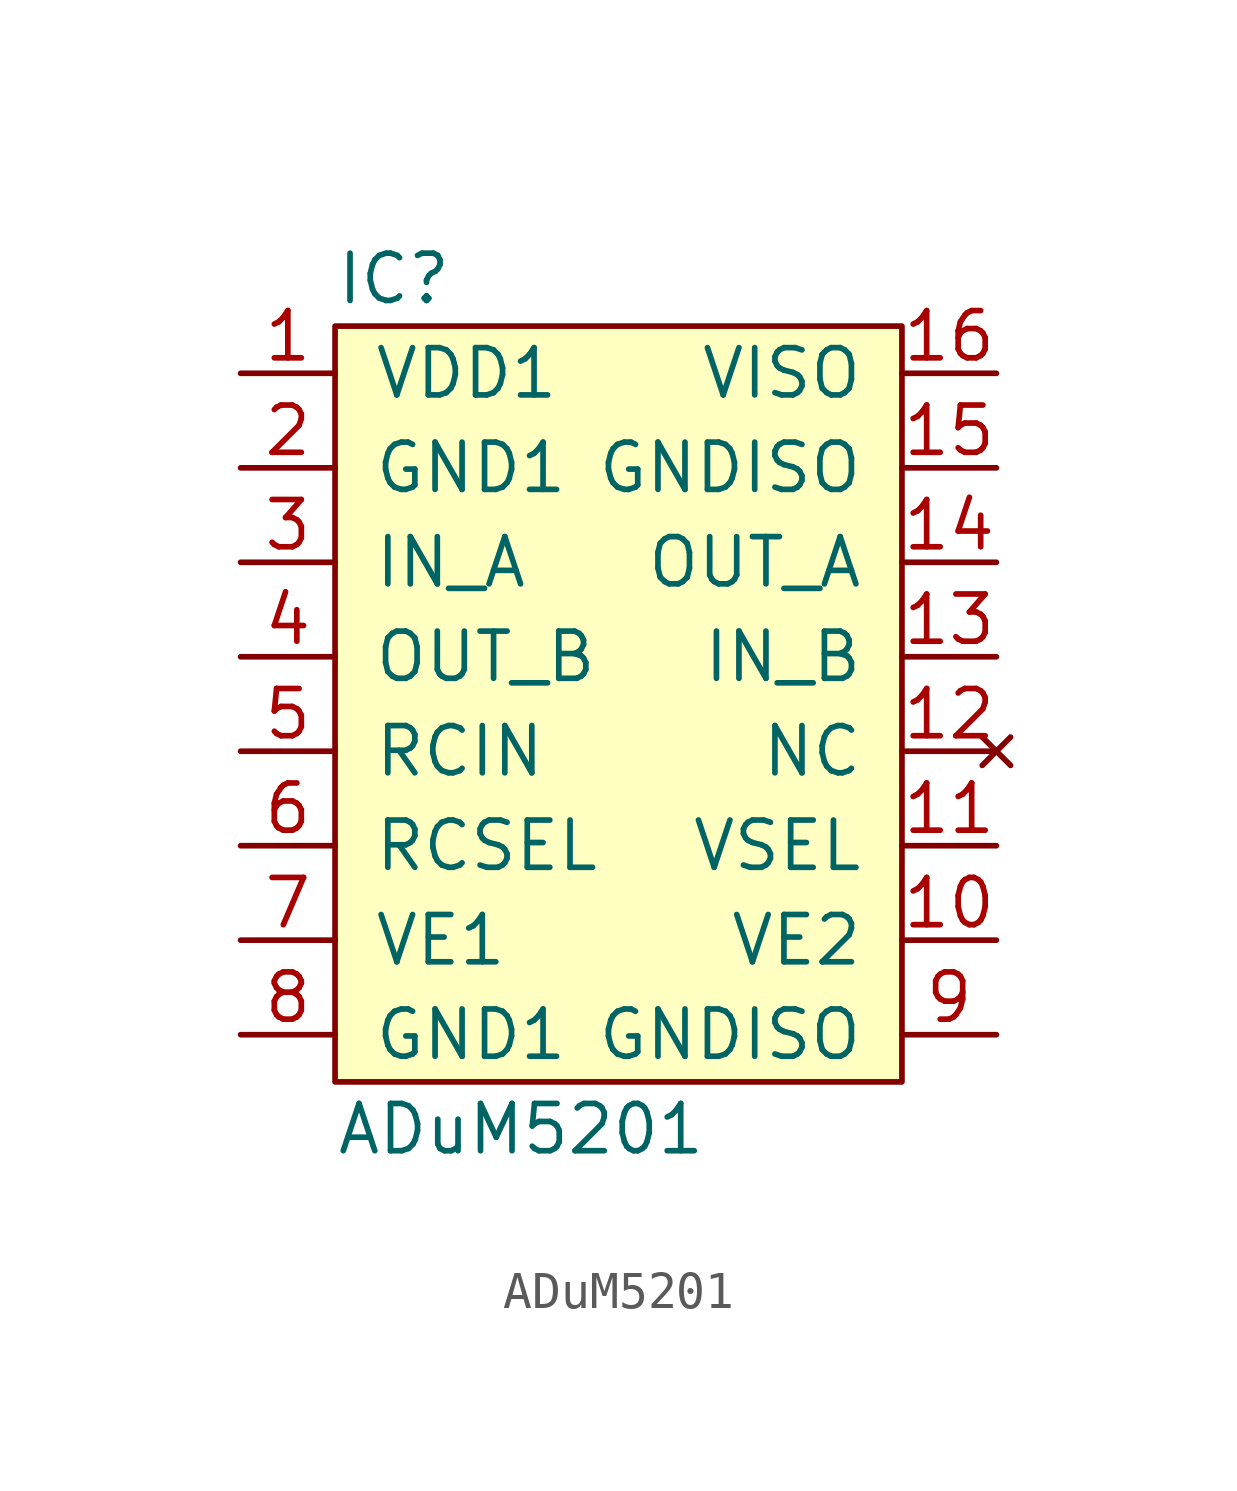
<source format=kicad_sym>
(kicad_symbol_lib
  (version 20211014)
  (generator kicad_symbol_editor)
  (symbol "ADuM5201"
    (pin_names
      (offset 1.016))
    (property "Reference" "IC"
      (at -7.62 10.16 0)
      (effects (font (size 1.27 1.27)) (justify left)))
    (property "Value" "ADuM5201"
      (at -7.62 -12.7 0)
      (effects (font (size 1.27 1.27)) (justify left)))
    (symbol "ADuM5201_0_1"
      (rectangle (start -7.62 8.89) (end 7.62 -11.43) (stroke (width 0) (type default) (color 0 0 0 0)) (fill (type background))))
    (symbol "ADuM5201_1_1"
      (pin power_in line (at -10.16 7.62 0) (length 2.54) (name "VDD1" (effects (font (size 1.27 1.27)))) (number "1" (effects (font (size 1.27 1.27)))))
      (pin input line (at 10.16 -7.62 180) (length 2.54) (name "VE2" (effects (font (size 1.27 1.27)))) (number "10" (effects (font (size 1.27 1.27)))))
      (pin input line (at 10.16 -5.08 180) (length 2.54) (name "VSEL" (effects (font (size 1.27 1.27)))) (number "11" (effects (font (size 1.27 1.27)))))
      (pin no_connect line (at 10.16 -2.54 180) (length 2.54) (name "NC" (effects (font (size 1.27 1.27)))) (number "12" (effects (font (size 1.27 1.27)))))
      (pin input line (at 10.16 0 180) (length 2.54) (name "IN_B" (effects (font (size 1.27 1.27)))) (number "13" (effects (font (size 1.27 1.27)))))
      (pin output line (at 10.16 2.54 180) (length 2.54) (name "OUT_A" (effects (font (size 1.27 1.27)))) (number "14" (effects (font (size 1.27 1.27)))))
      (pin power_out line (at 10.16 5.08 180) (length 2.54) (name "GNDISO" (effects (font (size 1.27 1.27)))) (number "15" (effects (font (size 1.27 1.27)))))
      (pin power_out line (at 10.16 7.62 180) (length 2.54) (name "VISO" (effects (font (size 1.27 1.27)))) (number "16" (effects (font (size 1.27 1.27)))))
      (pin power_in line (at -10.16 5.08 0) (length 2.54) (name "GND1" (effects (font (size 1.27 1.27)))) (number "2" (effects (font (size 1.27 1.27)))))
      (pin input line (at -10.16 2.54 0) (length 2.54) (name "IN_A" (effects (font (size 1.27 1.27)))) (number "3" (effects (font (size 1.27 1.27)))))
      (pin output line (at -10.16 0 0) (length 2.54) (name "OUT_B" (effects (font (size 1.27 1.27)))) (number "4" (effects (font (size 1.27 1.27)))))
      (pin input line (at -10.16 -2.54 0) (length 2.54) (name "RCIN" (effects (font (size 1.27 1.27)))) (number "5" (effects (font (size 1.27 1.27)))))
      (pin input line (at -10.16 -5.08 0) (length 2.54) (name "RCSEL" (effects (font (size 1.27 1.27)))) (number "6" (effects (font (size 1.27 1.27)))))
      (pin input line (at -10.16 -7.62 0) (length 2.54) (name "VE1" (effects (font (size 1.27 1.27)))) (number "7" (effects (font (size 1.27 1.27)))))
      (pin power_in line (at -10.16 -10.16 0) (length 2.54) (name "GND1" (effects (font (size 1.27 1.27)))) (number "8" (effects (font (size 1.27 1.27)))))
      (pin passive line (at 10.16 -10.16 180) (length 2.54) (name "GNDISO" (effects (font (size 1.27 1.27)))) (number "9" (effects (font (size 1.27 1.27))))))))
</source>
